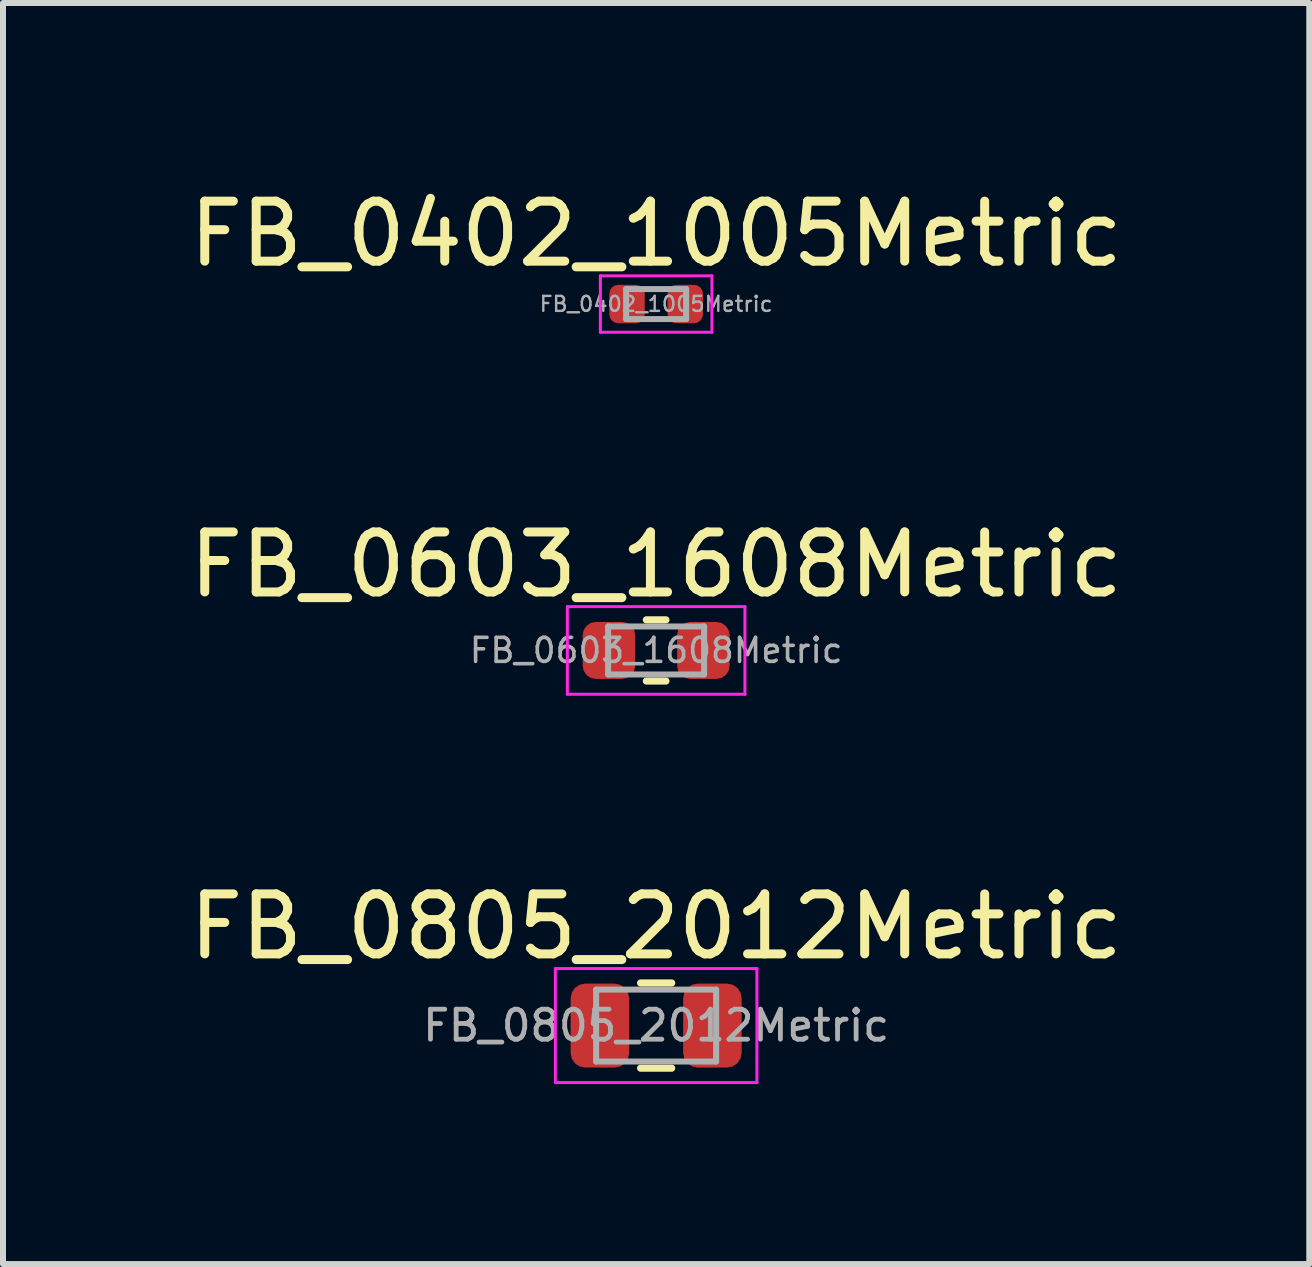
<source format=kicad_pcb>
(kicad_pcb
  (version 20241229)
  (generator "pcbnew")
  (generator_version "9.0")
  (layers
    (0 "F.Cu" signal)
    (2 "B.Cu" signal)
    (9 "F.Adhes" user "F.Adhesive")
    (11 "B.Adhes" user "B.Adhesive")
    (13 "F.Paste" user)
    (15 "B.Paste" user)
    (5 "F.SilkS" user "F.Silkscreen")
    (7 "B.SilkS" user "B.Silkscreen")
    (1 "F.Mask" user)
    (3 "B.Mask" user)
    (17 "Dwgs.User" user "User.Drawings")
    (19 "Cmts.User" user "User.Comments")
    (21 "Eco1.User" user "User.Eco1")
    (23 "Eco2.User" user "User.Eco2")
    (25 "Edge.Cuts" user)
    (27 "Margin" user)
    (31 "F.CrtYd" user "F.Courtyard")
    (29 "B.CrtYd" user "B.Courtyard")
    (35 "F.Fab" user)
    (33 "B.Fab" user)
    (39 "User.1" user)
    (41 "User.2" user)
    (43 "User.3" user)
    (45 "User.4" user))
  (footprint "FB_0603_1608Metric"
    (layer "F.Cu")
    (at 7.887 7.792)
    (property "Reference" "FB_0603_1608Metric" (at 0 -1.43 0) (layer "F.SilkS") (effects (font (size 1 1) (thickness 0.15))))
    (attr smd)
    (fp_line (start -0.163 -0.51) (end 0.163 -0.51) (stroke (width 0.12) (type solid)) (layer "F.SilkS"))
    (fp_line (start -0.163 0.51) (end 0.163 0.51) (stroke (width 0.12) (type solid)) (layer "F.SilkS"))
    (fp_line (start -1.48 -0.73) (end 1.48 -0.73) (stroke (width 0.05) (type solid)) (layer "F.CrtYd"))
    (fp_line (start -1.48 0.73) (end -1.48 -0.73) (stroke (width 0.05) (type solid)) (layer "F.CrtYd"))
    (fp_line (start 1.48 -0.73) (end 1.48 0.73) (stroke (width 0.05) (type solid)) (layer "F.CrtYd"))
    (fp_line (start 1.48 0.73) (end -1.48 0.73) (stroke (width 0.05) (type solid)) (layer "F.CrtYd"))
    (fp_line (start -0.8 -0.4) (end 0.8 -0.4) (stroke (width 0.1) (type solid)) (layer "F.Fab"))
    (fp_line (start -0.8 0.4) (end -0.8 -0.4) (stroke (width 0.1) (type solid)) (layer "F.Fab"))
    (fp_line (start 0.8 -0.4) (end 0.8 0.4) (stroke (width 0.1) (type solid)) (layer "F.Fab"))
    (fp_line (start 0.8 0.4) (end -0.8 0.4) (stroke (width 0.1) (type solid)) (layer "F.Fab"))
    (fp_text user "${REFERENCE}" (at 0 0 0) (layer "F.Fab") (effects (font (size 0.4 0.4) (thickness 0.06))))
    (pad "1" smd roundrect (at -0.787 0) (size 0.875 0.95) (layers "F.Cu" "F.Mask" "F.Paste") (roundrect_rratio 0.25))
    (pad "2" smd roundrect (at 0.787 0) (size 0.875 0.95) (layers "F.Cu" "F.Mask" "F.Paste") (roundrect_rratio 0.25)))
  (footprint "FB_0402_1005Metric"
    (layer "F.Cu")
    (at 7.887 2.018)
    (property "Reference" "FB_0402_1005Metric" (at 0 -1.17 0) (layer "F.SilkS") (effects (font (size 1 1) (thickness 0.15))))
    (attr smd)
    (fp_line (start -0.93 -0.47) (end 0.93 -0.47) (stroke (width 0.05) (type solid)) (layer "F.CrtYd"))
    (fp_line (start -0.93 0.47) (end -0.93 -0.47) (stroke (width 0.05) (type solid)) (layer "F.CrtYd"))
    (fp_line (start 0.93 -0.47) (end 0.93 0.47) (stroke (width 0.05) (type solid)) (layer "F.CrtYd"))
    (fp_line (start 0.93 0.47) (end -0.93 0.47) (stroke (width 0.05) (type solid)) (layer "F.CrtYd"))
    (fp_line (start -0.5 -0.25) (end 0.5 -0.25) (stroke (width 0.1) (type solid)) (layer "F.Fab"))
    (fp_line (start -0.5 0.25) (end -0.5 -0.25) (stroke (width 0.1) (type solid)) (layer "F.Fab"))
    (fp_line (start 0.5 -0.25) (end 0.5 0.25) (stroke (width 0.1) (type solid)) (layer "F.Fab"))
    (fp_line (start 0.5 0.25) (end -0.5 0.25) (stroke (width 0.1) (type solid)) (layer "F.Fab"))
    (fp_text user "${REFERENCE}" (at 0 0 0) (layer "F.Fab") (effects (font (size 0.25 0.25) (thickness 0.04))))
    (pad "1" smd roundrect (at -0.485 0) (size 0.59 0.64) (layers "F.Cu" "F.Mask" "F.Paste") (roundrect_rratio 0.25))
    (pad "2" smd roundrect (at 0.485 0) (size 0.59 0.64) (layers "F.Cu" "F.Mask" "F.Paste") (roundrect_rratio 0.25)))
  (footprint "FB_0805_2012Metric"
    (layer "F.Cu")
    (at 7.887 14.045)
    (property "Reference" "FB_0805_2012Metric" (at 0 -1.65 0) (layer "F.SilkS") (effects (font (size 1 1) (thickness 0.15))))
    (attr smd)
    (fp_line (start -0.259 -0.71) (end 0.259 -0.71) (stroke (width 0.12) (type solid)) (layer "F.SilkS"))
    (fp_line (start -0.259 0.71) (end 0.259 0.71) (stroke (width 0.12) (type solid)) (layer "F.SilkS"))
    (fp_line (start -1.68 -0.95) (end 1.68 -0.95) (stroke (width 0.05) (type solid)) (layer "F.CrtYd"))
    (fp_line (start -1.68 0.95) (end -1.68 -0.95) (stroke (width 0.05) (type solid)) (layer "F.CrtYd"))
    (fp_line (start 1.68 -0.95) (end 1.68 0.95) (stroke (width 0.05) (type solid)) (layer "F.CrtYd"))
    (fp_line (start 1.68 0.95) (end -1.68 0.95) (stroke (width 0.05) (type solid)) (layer "F.CrtYd"))
    (fp_line (start -1 -0.6) (end 1 -0.6) (stroke (width 0.1) (type solid)) (layer "F.Fab"))
    (fp_line (start -1 0.6) (end -1 -0.6) (stroke (width 0.1) (type solid)) (layer "F.Fab"))
    (fp_line (start 1 -0.6) (end 1 0.6) (stroke (width 0.1) (type solid)) (layer "F.Fab"))
    (fp_line (start 1 0.6) (end -1 0.6) (stroke (width 0.1) (type solid)) (layer "F.Fab"))
    (fp_text user "${REFERENCE}" (at 0 0 0) (layer "F.Fab") (effects (font (size 0.5 0.5) (thickness 0.08))))
    (pad "1" smd roundrect (at -0.938 0) (size 0.975 1.4) (layers "F.Cu" "F.Mask" "F.Paste") (roundrect_rratio 0.25))
    (pad "2" smd roundrect (at 0.938 0) (size 0.975 1.4) (layers "F.Cu" "F.Mask" "F.Paste") (roundrect_rratio 0.25)))
  (gr_rect
    (start -3 -3)
    (end 18.774 18.02)
    (stroke (width 0.1) (type default))
    (fill no)
    (layer "Edge.Cuts")))
</source>
